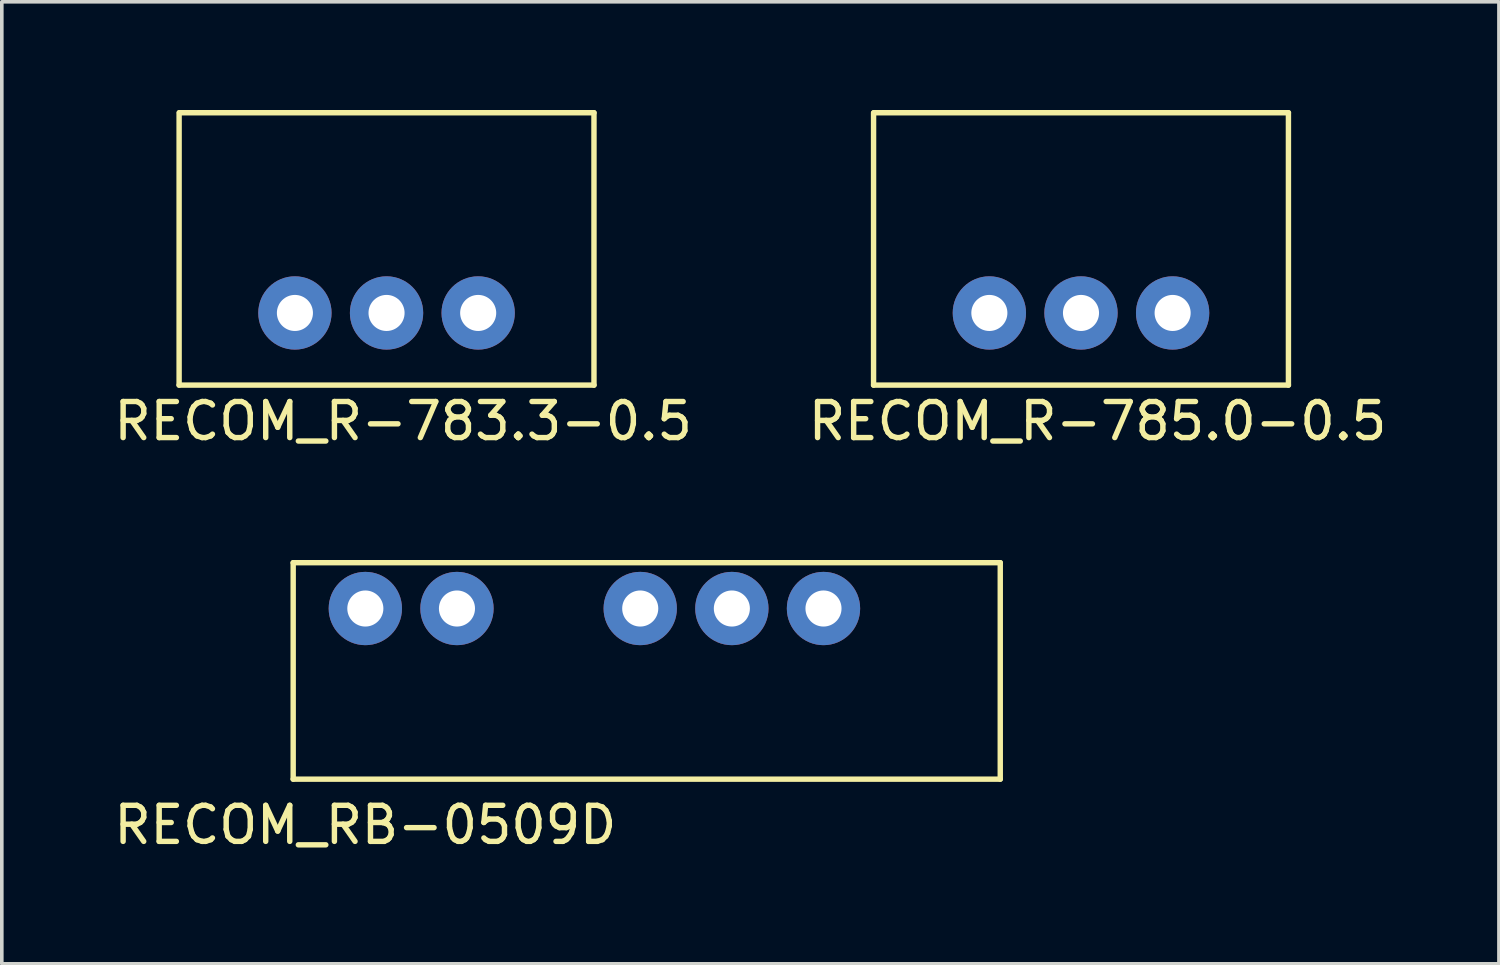
<source format=kicad_pcb>
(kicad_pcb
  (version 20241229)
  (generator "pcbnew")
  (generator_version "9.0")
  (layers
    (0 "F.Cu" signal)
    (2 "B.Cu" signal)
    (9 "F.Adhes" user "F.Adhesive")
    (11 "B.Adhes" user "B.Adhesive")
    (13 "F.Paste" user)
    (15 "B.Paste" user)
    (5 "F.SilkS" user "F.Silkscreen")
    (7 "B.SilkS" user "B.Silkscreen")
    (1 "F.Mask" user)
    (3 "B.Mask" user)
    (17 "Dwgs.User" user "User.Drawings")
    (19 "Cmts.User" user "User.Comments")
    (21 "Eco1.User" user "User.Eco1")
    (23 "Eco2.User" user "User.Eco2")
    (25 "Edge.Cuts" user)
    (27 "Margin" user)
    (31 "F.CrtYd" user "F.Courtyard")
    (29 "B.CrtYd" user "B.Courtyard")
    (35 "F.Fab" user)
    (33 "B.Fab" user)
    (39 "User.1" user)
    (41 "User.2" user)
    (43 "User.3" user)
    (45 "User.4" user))
  (footprint "RECOM_R-785.0-0.5"
    (layer "F.Cu")
    (at 24.375 5.625)
    (property "Reference" "RECOM_R-785.0-0.5" (at 3 3 0) (layer "F.SilkS") (effects (font (size 1 1) (thickness 0.15))))
    (attr through_hole)
    (fp_line (start -3.21 -5.55) (end -3.21 2) (stroke (width 0.15) (type solid)) (layer "F.SilkS"))
    (fp_line (start -3.21 2) (end 8.29 2) (stroke (width 0.15) (type solid)) (layer "F.SilkS"))
    (fp_line (start 8.29 -5.55) (end -3.2 -5.55) (stroke (width 0.15) (type solid)) (layer "F.SilkS"))
    (fp_line (start 8.29 2) (end 8.29 -5.55) (stroke (width 0.15) (type solid)) (layer "F.SilkS"))
    (pad "1" thru_hole circle (at 0 0) (size 2.032 2.032) (drill 1) (layers "*.Cu" "*.Mask"))
    (pad "2" thru_hole circle (at 2.54 0) (size 2.032 2.032) (drill 1) (layers "*.Cu" "*.Mask"))
    (pad "3" thru_hole circle (at 5.08 0) (size 2.032 2.032) (drill 1) (layers "*.Cu" "*.Mask")))
  (footprint "RECOM_RB-0509D"
    (layer "F.Cu")
    (at 7.077 13.818)
    (property "Reference" "RECOM_RB-0509D" (at 0 6 0) (layer "F.SilkS") (effects (font (size 1 1) (thickness 0.15))))
    (attr through_hole)
    (fp_line (start -2 -1.27) (end -2 4.73) (stroke (width 0.15) (type solid)) (layer "F.SilkS"))
    (fp_line (start -2 4.73) (end 17.6 4.73) (stroke (width 0.15) (type solid)) (layer "F.SilkS"))
    (fp_line (start 17.6 -1.27) (end -2 -1.27) (stroke (width 0.15) (type solid)) (layer "F.SilkS"))
    (fp_line (start 17.6 4.73) (end 17.6 -1.27) (stroke (width 0.15) (type solid)) (layer "F.SilkS"))
    (pad "1" thru_hole circle (at 0 0) (size 2.032 2.032) (drill 1) (layers "*.Cu" "*.Mask"))
    (pad "2" thru_hole circle (at 2.54 0) (size 2.032 2.032) (drill 1) (layers "*.Cu" "*.Mask"))
    (pad "4" thru_hole circle (at 7.62 0) (size 2.032 2.032) (drill 1) (layers "*.Cu" "*.Mask"))
    (pad "5" thru_hole circle (at 10.16 0) (size 2.032 2.032) (drill 1) (layers "*.Cu" "*.Mask"))
    (pad "6" thru_hole circle (at 12.7 0) (size 2.032 2.032) (drill 1) (layers "*.Cu" "*.Mask")))
  (footprint "RECOM_R-783.3-0.5"
    (layer "F.Cu")
    (at 5.125 5.625)
    (property "Reference" "RECOM_R-783.3-0.5" (at 3 3 0) (layer "F.SilkS") (effects (font (size 1 1) (thickness 0.15))))
    (attr through_hole)
    (fp_line (start -3.21 -5.55) (end -3.21 2) (stroke (width 0.15) (type solid)) (layer "F.SilkS"))
    (fp_line (start -3.21 2) (end 8.29 2) (stroke (width 0.15) (type solid)) (layer "F.SilkS"))
    (fp_line (start 8.29 -5.55) (end -3.2 -5.55) (stroke (width 0.15) (type solid)) (layer "F.SilkS"))
    (fp_line (start 8.29 2) (end 8.29 -5.55) (stroke (width 0.15) (type solid)) (layer "F.SilkS"))
    (pad "1" thru_hole circle (at 0 0) (size 2.032 2.032) (drill 1) (layers "*.Cu" "*.Mask"))
    (pad "2" thru_hole circle (at 2.54 0) (size 2.032 2.032) (drill 1) (layers "*.Cu" "*.Mask"))
    (pad "3" thru_hole circle (at 5.08 0) (size 2.032 2.032) (drill 1) (layers "*.Cu" "*.Mask")))
  (gr_rect
    (start -3 -3)
    (end 38.5 23.666)
    (stroke (width 0.1) (type default))
    (fill no)
    (layer "Edge.Cuts")))
</source>
